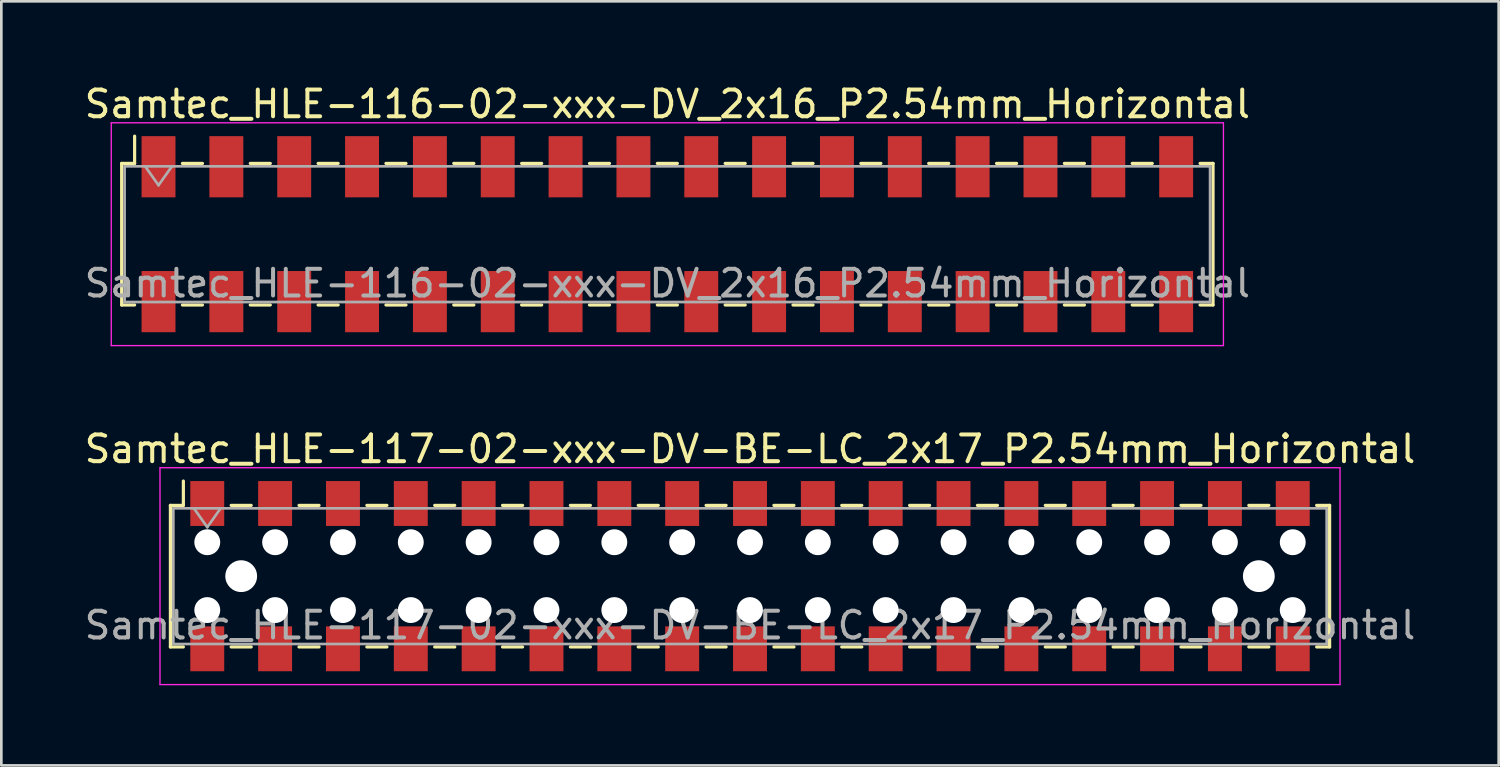
<source format=kicad_pcb>
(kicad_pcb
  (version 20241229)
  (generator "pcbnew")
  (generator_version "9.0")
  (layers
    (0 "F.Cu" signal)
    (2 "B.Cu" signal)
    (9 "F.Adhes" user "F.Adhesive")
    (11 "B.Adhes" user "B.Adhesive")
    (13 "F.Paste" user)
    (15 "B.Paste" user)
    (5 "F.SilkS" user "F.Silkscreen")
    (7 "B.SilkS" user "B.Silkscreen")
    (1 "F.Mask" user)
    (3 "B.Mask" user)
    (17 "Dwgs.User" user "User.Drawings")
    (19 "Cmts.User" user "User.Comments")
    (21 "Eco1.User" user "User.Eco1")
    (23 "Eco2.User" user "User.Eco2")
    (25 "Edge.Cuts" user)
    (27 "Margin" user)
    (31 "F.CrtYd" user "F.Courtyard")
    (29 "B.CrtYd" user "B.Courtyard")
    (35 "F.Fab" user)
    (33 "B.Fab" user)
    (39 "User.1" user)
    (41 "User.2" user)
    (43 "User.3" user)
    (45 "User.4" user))
  (footprint "Samtec_HLE-117-02-xxx-DV-BE-LC_2x17_P2.54mm_Horizontal"
    (layer "F.Cu")
    (at 25.03 18.521)
    (property "Reference" "Samtec_HLE-117-02-xxx-DV-BE-LC_2x17_P2.54mm_Horizontal" (at 0 -4.76 0) (layer "F.SilkS") (effects (font (size 1 1) (thickness 0.15))))
    (attr smd)
    (fp_line (start -21.7 -2.65) (end -21.7 2.65) (stroke (width 0.12) (type solid)) (layer "F.SilkS"))
    (fp_line (start -21.7 2.65) (end -21.215 2.65) (stroke (width 0.12) (type solid)) (layer "F.SilkS"))
    (fp_line (start -21.215 -3.56) (end -21.215 -2.65) (stroke (width 0.12) (type solid)) (layer "F.SilkS"))
    (fp_line (start -21.215 -2.65) (end -21.7 -2.65) (stroke (width 0.12) (type solid)) (layer "F.SilkS"))
    (fp_line (start -19.425 -2.65) (end -18.675 -2.65) (stroke (width 0.12) (type solid)) (layer "F.SilkS"))
    (fp_line (start -19.425 2.65) (end -18.675 2.65) (stroke (width 0.12) (type solid)) (layer "F.SilkS"))
    (fp_line (start -16.885 -2.65) (end -16.135 -2.65) (stroke (width 0.12) (type solid)) (layer "F.SilkS"))
    (fp_line (start -16.885 2.65) (end -16.135 2.65) (stroke (width 0.12) (type solid)) (layer "F.SilkS"))
    (fp_line (start -14.345 -2.65) (end -13.595 -2.65) (stroke (width 0.12) (type solid)) (layer "F.SilkS"))
    (fp_line (start -14.345 2.65) (end -13.595 2.65) (stroke (width 0.12) (type solid)) (layer "F.SilkS"))
    (fp_line (start -11.805 -2.65) (end -11.055 -2.65) (stroke (width 0.12) (type solid)) (layer "F.SilkS"))
    (fp_line (start -11.805 2.65) (end -11.055 2.65) (stroke (width 0.12) (type solid)) (layer "F.SilkS"))
    (fp_line (start -9.265 -2.65) (end -8.515 -2.65) (stroke (width 0.12) (type solid)) (layer "F.SilkS"))
    (fp_line (start -9.265 2.65) (end -8.515 2.65) (stroke (width 0.12) (type solid)) (layer "F.SilkS"))
    (fp_line (start -6.725 -2.65) (end -5.975 -2.65) (stroke (width 0.12) (type solid)) (layer "F.SilkS"))
    (fp_line (start -6.725 2.65) (end -5.975 2.65) (stroke (width 0.12) (type solid)) (layer "F.SilkS"))
    (fp_line (start -4.185 -2.65) (end -3.435 -2.65) (stroke (width 0.12) (type solid)) (layer "F.SilkS"))
    (fp_line (start -4.185 2.65) (end -3.435 2.65) (stroke (width 0.12) (type solid)) (layer "F.SilkS"))
    (fp_line (start -1.645 -2.65) (end -0.895 -2.65) (stroke (width 0.12) (type solid)) (layer "F.SilkS"))
    (fp_line (start -1.645 2.65) (end -0.895 2.65) (stroke (width 0.12) (type solid)) (layer "F.SilkS"))
    (fp_line (start 0.895 -2.65) (end 1.645 -2.65) (stroke (width 0.12) (type solid)) (layer "F.SilkS"))
    (fp_line (start 0.895 2.65) (end 1.645 2.65) (stroke (width 0.12) (type solid)) (layer "F.SilkS"))
    (fp_line (start 3.435 -2.65) (end 4.185 -2.65) (stroke (width 0.12) (type solid)) (layer "F.SilkS"))
    (fp_line (start 3.435 2.65) (end 4.185 2.65) (stroke (width 0.12) (type solid)) (layer "F.SilkS"))
    (fp_line (start 5.975 -2.65) (end 6.725 -2.65) (stroke (width 0.12) (type solid)) (layer "F.SilkS"))
    (fp_line (start 5.975 2.65) (end 6.725 2.65) (stroke (width 0.12) (type solid)) (layer "F.SilkS"))
    (fp_line (start 8.515 -2.65) (end 9.265 -2.65) (stroke (width 0.12) (type solid)) (layer "F.SilkS"))
    (fp_line (start 8.515 2.65) (end 9.265 2.65) (stroke (width 0.12) (type solid)) (layer "F.SilkS"))
    (fp_line (start 11.055 -2.65) (end 11.805 -2.65) (stroke (width 0.12) (type solid)) (layer "F.SilkS"))
    (fp_line (start 11.055 2.65) (end 11.805 2.65) (stroke (width 0.12) (type solid)) (layer "F.SilkS"))
    (fp_line (start 13.595 -2.65) (end 14.345 -2.65) (stroke (width 0.12) (type solid)) (layer "F.SilkS"))
    (fp_line (start 13.595 2.65) (end 14.345 2.65) (stroke (width 0.12) (type solid)) (layer "F.SilkS"))
    (fp_line (start 16.135 -2.65) (end 16.885 -2.65) (stroke (width 0.12) (type solid)) (layer "F.SilkS"))
    (fp_line (start 16.135 2.65) (end 16.885 2.65) (stroke (width 0.12) (type solid)) (layer "F.SilkS"))
    (fp_line (start 18.675 -2.65) (end 19.425 -2.65) (stroke (width 0.12) (type solid)) (layer "F.SilkS"))
    (fp_line (start 18.675 2.65) (end 19.425 2.65) (stroke (width 0.12) (type solid)) (layer "F.SilkS"))
    (fp_line (start 21.215 -2.65) (end 21.7 -2.65) (stroke (width 0.12) (type solid)) (layer "F.SilkS"))
    (fp_line (start 21.7 -2.65) (end 21.7 2.65) (stroke (width 0.12) (type solid)) (layer "F.SilkS"))
    (fp_line (start 21.7 2.65) (end 21.215 2.65) (stroke (width 0.12) (type solid)) (layer "F.SilkS"))
    (fp_line (start -22.09 -4.06) (end 22.09 -4.06) (stroke (width 0.05) (type solid)) (layer "F.CrtYd"))
    (fp_line (start -22.09 4.06) (end -22.09 -4.06) (stroke (width 0.05) (type solid)) (layer "F.CrtYd"))
    (fp_line (start 22.09 -4.06) (end 22.09 4.06) (stroke (width 0.05) (type solid)) (layer "F.CrtYd"))
    (fp_line (start 22.09 4.06) (end -22.09 4.06) (stroke (width 0.05) (type solid)) (layer "F.CrtYd"))
    (fp_line (start -21.59 -2.54) (end 21.59 -2.54) (stroke (width 0.1) (type solid)) (layer "F.Fab"))
    (fp_line (start -21.59 2.54) (end -21.59 -2.54) (stroke (width 0.1) (type solid)) (layer "F.Fab"))
    (fp_line (start -20.82 -2.54) (end -20.32 -1.833) (stroke (width 0.1) (type solid)) (layer "F.Fab"))
    (fp_line (start -20.32 -1.833) (end -19.82 -2.54) (stroke (width 0.1) (type solid)) (layer "F.Fab"))
    (fp_line (start 21.59 -2.54) (end 21.59 2.54) (stroke (width 0.1) (type solid)) (layer "F.Fab"))
    (fp_line (start 21.59 2.54) (end -21.59 2.54) (stroke (width 0.1) (type solid)) (layer "F.Fab"))
    (fp_text user "${REFERENCE}" (at 0 1.84 0) (layer "F.Fab") (effects (font (size 1 1) (thickness 0.15))))
    (pad "" np_thru_hole circle (at -20.32 -1.27) (size 0.97 0.97) (drill 0.97) (layers "*.Cu" "*.Mask"))
    (pad "" np_thru_hole circle (at -20.32 1.27) (size 0.97 0.97) (drill 0.97) (layers "*.Cu" "*.Mask"))
    (pad "" np_thru_hole circle (at -19.05 0) (size 1.19 1.19) (drill 1.19) (layers "*.Cu" "*.Mask"))
    (pad "" np_thru_hole circle (at -17.78 -1.27) (size 0.97 0.97) (drill 0.97) (layers "*.Cu" "*.Mask"))
    (pad "" np_thru_hole circle (at -17.78 1.27) (size 0.97 0.97) (drill 0.97) (layers "*.Cu" "*.Mask"))
    (pad "" np_thru_hole circle (at -15.24 -1.27) (size 0.97 0.97) (drill 0.97) (layers "*.Cu" "*.Mask"))
    (pad "" np_thru_hole circle (at -15.24 1.27) (size 0.97 0.97) (drill 0.97) (layers "*.Cu" "*.Mask"))
    (pad "" np_thru_hole circle (at -12.7 -1.27) (size 0.97 0.97) (drill 0.97) (layers "*.Cu" "*.Mask"))
    (pad "" np_thru_hole circle (at -12.7 1.27) (size 0.97 0.97) (drill 0.97) (layers "*.Cu" "*.Mask"))
    (pad "" np_thru_hole circle (at -10.16 -1.27) (size 0.97 0.97) (drill 0.97) (layers "*.Cu" "*.Mask"))
    (pad "" np_thru_hole circle (at -10.16 1.27) (size 0.97 0.97) (drill 0.97) (layers "*.Cu" "*.Mask"))
    (pad "" np_thru_hole circle (at -7.62 -1.27) (size 0.97 0.97) (drill 0.97) (layers "*.Cu" "*.Mask"))
    (pad "" np_thru_hole circle (at -7.62 1.27) (size 0.97 0.97) (drill 0.97) (layers "*.Cu" "*.Mask"))
    (pad "" np_thru_hole circle (at -5.08 -1.27) (size 0.97 0.97) (drill 0.97) (layers "*.Cu" "*.Mask"))
    (pad "" np_thru_hole circle (at -5.08 1.27) (size 0.97 0.97) (drill 0.97) (layers "*.Cu" "*.Mask"))
    (pad "" np_thru_hole circle (at -2.54 -1.27) (size 0.97 0.97) (drill 0.97) (layers "*.Cu" "*.Mask"))
    (pad "" np_thru_hole circle (at -2.54 1.27) (size 0.97 0.97) (drill 0.97) (layers "*.Cu" "*.Mask"))
    (pad "" np_thru_hole circle (at 0 -1.27) (size 0.97 0.97) (drill 0.97) (layers "*.Cu" "*.Mask"))
    (pad "" np_thru_hole circle (at 0 1.27) (size 0.97 0.97) (drill 0.97) (layers "*.Cu" "*.Mask"))
    (pad "" np_thru_hole circle (at 2.54 -1.27) (size 0.97 0.97) (drill 0.97) (layers "*.Cu" "*.Mask"))
    (pad "" np_thru_hole circle (at 2.54 1.27) (size 0.97 0.97) (drill 0.97) (layers "*.Cu" "*.Mask"))
    (pad "" np_thru_hole circle (at 5.08 -1.27) (size 0.97 0.97) (drill 0.97) (layers "*.Cu" "*.Mask"))
    (pad "" np_thru_hole circle (at 5.08 1.27) (size 0.97 0.97) (drill 0.97) (layers "*.Cu" "*.Mask"))
    (pad "" np_thru_hole circle (at 7.62 -1.27) (size 0.97 0.97) (drill 0.97) (layers "*.Cu" "*.Mask"))
    (pad "" np_thru_hole circle (at 7.62 1.27) (size 0.97 0.97) (drill 0.97) (layers "*.Cu" "*.Mask"))
    (pad "" np_thru_hole circle (at 10.16 -1.27) (size 0.97 0.97) (drill 0.97) (layers "*.Cu" "*.Mask"))
    (pad "" np_thru_hole circle (at 10.16 1.27) (size 0.97 0.97) (drill 0.97) (layers "*.Cu" "*.Mask"))
    (pad "" np_thru_hole circle (at 12.7 -1.27) (size 0.97 0.97) (drill 0.97) (layers "*.Cu" "*.Mask"))
    (pad "" np_thru_hole circle (at 12.7 1.27) (size 0.97 0.97) (drill 0.97) (layers "*.Cu" "*.Mask"))
    (pad "" np_thru_hole circle (at 15.24 -1.27) (size 0.97 0.97) (drill 0.97) (layers "*.Cu" "*.Mask"))
    (pad "" np_thru_hole circle (at 15.24 1.27) (size 0.97 0.97) (drill 0.97) (layers "*.Cu" "*.Mask"))
    (pad "" np_thru_hole circle (at 17.78 -1.27) (size 0.97 0.97) (drill 0.97) (layers "*.Cu" "*.Mask"))
    (pad "" np_thru_hole circle (at 17.78 1.27) (size 0.97 0.97) (drill 0.97) (layers "*.Cu" "*.Mask"))
    (pad "" np_thru_hole circle (at 19.05 0) (size 1.19 1.19) (drill 1.19) (layers "*.Cu" "*.Mask"))
    (pad "" np_thru_hole circle (at 20.32 -1.27) (size 0.97 0.97) (drill 0.97) (layers "*.Cu" "*.Mask"))
    (pad "" np_thru_hole circle (at 20.32 1.27) (size 0.97 0.97) (drill 0.97) (layers "*.Cu" "*.Mask"))
    (pad "1" smd rect (at -20.32 -2.72) (size 1.27 1.68) (layers "F.Cu" "F.Mask" "F.Paste"))
    (pad "2" smd rect (at -20.32 2.72) (size 1.27 1.68) (layers "F.Cu" "F.Mask" "F.Paste"))
    (pad "3" smd rect (at -17.78 -2.72) (size 1.27 1.68) (layers "F.Cu" "F.Mask" "F.Paste"))
    (pad "4" smd rect (at -17.78 2.72) (size 1.27 1.68) (layers "F.Cu" "F.Mask" "F.Paste"))
    (pad "5" smd rect (at -15.24 -2.72) (size 1.27 1.68) (layers "F.Cu" "F.Mask" "F.Paste"))
    (pad "6" smd rect (at -15.24 2.72) (size 1.27 1.68) (layers "F.Cu" "F.Mask" "F.Paste"))
    (pad "7" smd rect (at -12.7 -2.72) (size 1.27 1.68) (layers "F.Cu" "F.Mask" "F.Paste"))
    (pad "8" smd rect (at -12.7 2.72) (size 1.27 1.68) (layers "F.Cu" "F.Mask" "F.Paste"))
    (pad "9" smd rect (at -10.16 -2.72) (size 1.27 1.68) (layers "F.Cu" "F.Mask" "F.Paste"))
    (pad "10" smd rect (at -10.16 2.72) (size 1.27 1.68) (layers "F.Cu" "F.Mask" "F.Paste"))
    (pad "11" smd rect (at -7.62 -2.72) (size 1.27 1.68) (layers "F.Cu" "F.Mask" "F.Paste"))
    (pad "12" smd rect (at -7.62 2.72) (size 1.27 1.68) (layers "F.Cu" "F.Mask" "F.Paste"))
    (pad "13" smd rect (at -5.08 -2.72) (size 1.27 1.68) (layers "F.Cu" "F.Mask" "F.Paste"))
    (pad "14" smd rect (at -5.08 2.72) (size 1.27 1.68) (layers "F.Cu" "F.Mask" "F.Paste"))
    (pad "15" smd rect (at -2.54 -2.72) (size 1.27 1.68) (layers "F.Cu" "F.Mask" "F.Paste"))
    (pad "16" smd rect (at -2.54 2.72) (size 1.27 1.68) (layers "F.Cu" "F.Mask" "F.Paste"))
    (pad "17" smd rect (at 0 -2.72) (size 1.27 1.68) (layers "F.Cu" "F.Mask" "F.Paste"))
    (pad "18" smd rect (at 0 2.72) (size 1.27 1.68) (layers "F.Cu" "F.Mask" "F.Paste"))
    (pad "19" smd rect (at 2.54 -2.72) (size 1.27 1.68) (layers "F.Cu" "F.Mask" "F.Paste"))
    (pad "20" smd rect (at 2.54 2.72) (size 1.27 1.68) (layers "F.Cu" "F.Mask" "F.Paste"))
    (pad "21" smd rect (at 5.08 -2.72) (size 1.27 1.68) (layers "F.Cu" "F.Mask" "F.Paste"))
    (pad "22" smd rect (at 5.08 2.72) (size 1.27 1.68) (layers "F.Cu" "F.Mask" "F.Paste"))
    (pad "23" smd rect (at 7.62 -2.72) (size 1.27 1.68) (layers "F.Cu" "F.Mask" "F.Paste"))
    (pad "24" smd rect (at 7.62 2.72) (size 1.27 1.68) (layers "F.Cu" "F.Mask" "F.Paste"))
    (pad "25" smd rect (at 10.16 -2.72) (size 1.27 1.68) (layers "F.Cu" "F.Mask" "F.Paste"))
    (pad "26" smd rect (at 10.16 2.72) (size 1.27 1.68) (layers "F.Cu" "F.Mask" "F.Paste"))
    (pad "27" smd rect (at 12.7 -2.72) (size 1.27 1.68) (layers "F.Cu" "F.Mask" "F.Paste"))
    (pad "28" smd rect (at 12.7 2.72) (size 1.27 1.68) (layers "F.Cu" "F.Mask" "F.Paste"))
    (pad "29" smd rect (at 15.24 -2.72) (size 1.27 1.68) (layers "F.Cu" "F.Mask" "F.Paste"))
    (pad "30" smd rect (at 15.24 2.72) (size 1.27 1.68) (layers "F.Cu" "F.Mask" "F.Paste"))
    (pad "31" smd rect (at 17.78 -2.72) (size 1.27 1.68) (layers "F.Cu" "F.Mask" "F.Paste"))
    (pad "32" smd rect (at 17.78 2.72) (size 1.27 1.68) (layers "F.Cu" "F.Mask" "F.Paste"))
    (pad "33" smd rect (at 20.32 -2.72) (size 1.27 1.68) (layers "F.Cu" "F.Mask" "F.Paste"))
    (pad "34" smd rect (at 20.32 2.72) (size 1.27 1.68) (layers "F.Cu" "F.Mask" "F.Paste")))
  (footprint "Samtec_HLE-116-02-xxx-DV_2x16_P2.54mm_Horizontal"
    (layer "F.Cu")
    (at 21.935 5.718)
    (property "Reference" "Samtec_HLE-116-02-xxx-DV_2x16_P2.54mm_Horizontal" (at 0 -4.87 0) (layer "F.SilkS") (effects (font (size 1 1) (thickness 0.15))))
    (attr smd)
    (fp_line (start -20.43 -2.65) (end -20.43 2.65) (stroke (width 0.12) (type solid)) (layer "F.SilkS"))
    (fp_line (start -20.43 2.65) (end -19.945 2.65) (stroke (width 0.12) (type solid)) (layer "F.SilkS"))
    (fp_line (start -19.945 -3.67) (end -19.945 -2.65) (stroke (width 0.12) (type solid)) (layer "F.SilkS"))
    (fp_line (start -19.945 -2.65) (end -20.43 -2.65) (stroke (width 0.12) (type solid)) (layer "F.SilkS"))
    (fp_line (start -18.155 -2.65) (end -17.405 -2.65) (stroke (width 0.12) (type solid)) (layer "F.SilkS"))
    (fp_line (start -18.155 2.65) (end -17.405 2.65) (stroke (width 0.12) (type solid)) (layer "F.SilkS"))
    (fp_line (start -15.615 -2.65) (end -14.865 -2.65) (stroke (width 0.12) (type solid)) (layer "F.SilkS"))
    (fp_line (start -15.615 2.65) (end -14.865 2.65) (stroke (width 0.12) (type solid)) (layer "F.SilkS"))
    (fp_line (start -13.075 -2.65) (end -12.325 -2.65) (stroke (width 0.12) (type solid)) (layer "F.SilkS"))
    (fp_line (start -13.075 2.65) (end -12.325 2.65) (stroke (width 0.12) (type solid)) (layer "F.SilkS"))
    (fp_line (start -10.535 -2.65) (end -9.785 -2.65) (stroke (width 0.12) (type solid)) (layer "F.SilkS"))
    (fp_line (start -10.535 2.65) (end -9.785 2.65) (stroke (width 0.12) (type solid)) (layer "F.SilkS"))
    (fp_line (start -7.995 -2.65) (end -7.245 -2.65) (stroke (width 0.12) (type solid)) (layer "F.SilkS"))
    (fp_line (start -7.995 2.65) (end -7.245 2.65) (stroke (width 0.12) (type solid)) (layer "F.SilkS"))
    (fp_line (start -5.455 -2.65) (end -4.705 -2.65) (stroke (width 0.12) (type solid)) (layer "F.SilkS"))
    (fp_line (start -5.455 2.65) (end -4.705 2.65) (stroke (width 0.12) (type solid)) (layer "F.SilkS"))
    (fp_line (start -2.915 -2.65) (end -2.165 -2.65) (stroke (width 0.12) (type solid)) (layer "F.SilkS"))
    (fp_line (start -2.915 2.65) (end -2.165 2.65) (stroke (width 0.12) (type solid)) (layer "F.SilkS"))
    (fp_line (start -0.375 -2.65) (end 0.375 -2.65) (stroke (width 0.12) (type solid)) (layer "F.SilkS"))
    (fp_line (start -0.375 2.65) (end 0.375 2.65) (stroke (width 0.12) (type solid)) (layer "F.SilkS"))
    (fp_line (start 2.165 -2.65) (end 2.915 -2.65) (stroke (width 0.12) (type solid)) (layer "F.SilkS"))
    (fp_line (start 2.165 2.65) (end 2.915 2.65) (stroke (width 0.12) (type solid)) (layer "F.SilkS"))
    (fp_line (start 4.705 -2.65) (end 5.455 -2.65) (stroke (width 0.12) (type solid)) (layer "F.SilkS"))
    (fp_line (start 4.705 2.65) (end 5.455 2.65) (stroke (width 0.12) (type solid)) (layer "F.SilkS"))
    (fp_line (start 7.245 -2.65) (end 7.995 -2.65) (stroke (width 0.12) (type solid)) (layer "F.SilkS"))
    (fp_line (start 7.245 2.65) (end 7.995 2.65) (stroke (width 0.12) (type solid)) (layer "F.SilkS"))
    (fp_line (start 9.785 -2.65) (end 10.535 -2.65) (stroke (width 0.12) (type solid)) (layer "F.SilkS"))
    (fp_line (start 9.785 2.65) (end 10.535 2.65) (stroke (width 0.12) (type solid)) (layer "F.SilkS"))
    (fp_line (start 12.325 -2.65) (end 13.075 -2.65) (stroke (width 0.12) (type solid)) (layer "F.SilkS"))
    (fp_line (start 12.325 2.65) (end 13.075 2.65) (stroke (width 0.12) (type solid)) (layer "F.SilkS"))
    (fp_line (start 14.865 -2.65) (end 15.615 -2.65) (stroke (width 0.12) (type solid)) (layer "F.SilkS"))
    (fp_line (start 14.865 2.65) (end 15.615 2.65) (stroke (width 0.12) (type solid)) (layer "F.SilkS"))
    (fp_line (start 17.405 -2.65) (end 18.155 -2.65) (stroke (width 0.12) (type solid)) (layer "F.SilkS"))
    (fp_line (start 17.405 2.65) (end 18.155 2.65) (stroke (width 0.12) (type solid)) (layer "F.SilkS"))
    (fp_line (start 19.945 -2.65) (end 20.43 -2.65) (stroke (width 0.12) (type solid)) (layer "F.SilkS"))
    (fp_line (start 20.43 -2.65) (end 20.43 2.65) (stroke (width 0.12) (type solid)) (layer "F.SilkS"))
    (fp_line (start 20.43 2.65) (end 19.945 2.65) (stroke (width 0.12) (type solid)) (layer "F.SilkS"))
    (fp_line (start -20.82 -4.17) (end 20.82 -4.17) (stroke (width 0.05) (type solid)) (layer "F.CrtYd"))
    (fp_line (start -20.82 4.17) (end -20.82 -4.17) (stroke (width 0.05) (type solid)) (layer "F.CrtYd"))
    (fp_line (start 20.82 -4.17) (end 20.82 4.17) (stroke (width 0.05) (type solid)) (layer "F.CrtYd"))
    (fp_line (start 20.82 4.17) (end -20.82 4.17) (stroke (width 0.05) (type solid)) (layer "F.CrtYd"))
    (fp_line (start -20.32 -2.54) (end 20.32 -2.54) (stroke (width 0.1) (type solid)) (layer "F.Fab"))
    (fp_line (start -20.32 2.54) (end -20.32 -2.54) (stroke (width 0.1) (type solid)) (layer "F.Fab"))
    (fp_line (start -19.55 -2.54) (end -19.05 -1.833) (stroke (width 0.1) (type solid)) (layer "F.Fab"))
    (fp_line (start -19.05 -1.833) (end -18.55 -2.54) (stroke (width 0.1) (type solid)) (layer "F.Fab"))
    (fp_line (start 20.32 -2.54) (end 20.32 2.54) (stroke (width 0.1) (type solid)) (layer "F.Fab"))
    (fp_line (start 20.32 2.54) (end -20.32 2.54) (stroke (width 0.1) (type solid)) (layer "F.Fab"))
    (fp_text user "${REFERENCE}" (at 0 1.84 0) (layer "F.Fab") (effects (font (size 1 1) (thickness 0.15))))
    (pad "1" smd rect (at -19.05 -2.525) (size 1.27 2.29) (layers "F.Cu" "F.Mask" "F.Paste"))
    (pad "2" smd rect (at -19.05 2.525) (size 1.27 2.29) (layers "F.Cu" "F.Mask" "F.Paste"))
    (pad "3" smd rect (at -16.51 -2.525) (size 1.27 2.29) (layers "F.Cu" "F.Mask" "F.Paste"))
    (pad "4" smd rect (at -16.51 2.525) (size 1.27 2.29) (layers "F.Cu" "F.Mask" "F.Paste"))
    (pad "5" smd rect (at -13.97 -2.525) (size 1.27 2.29) (layers "F.Cu" "F.Mask" "F.Paste"))
    (pad "6" smd rect (at -13.97 2.525) (size 1.27 2.29) (layers "F.Cu" "F.Mask" "F.Paste"))
    (pad "7" smd rect (at -11.43 -2.525) (size 1.27 2.29) (layers "F.Cu" "F.Mask" "F.Paste"))
    (pad "8" smd rect (at -11.43 2.525) (size 1.27 2.29) (layers "F.Cu" "F.Mask" "F.Paste"))
    (pad "9" smd rect (at -8.89 -2.525) (size 1.27 2.29) (layers "F.Cu" "F.Mask" "F.Paste"))
    (pad "10" smd rect (at -8.89 2.525) (size 1.27 2.29) (layers "F.Cu" "F.Mask" "F.Paste"))
    (pad "11" smd rect (at -6.35 -2.525) (size 1.27 2.29) (layers "F.Cu" "F.Mask" "F.Paste"))
    (pad "12" smd rect (at -6.35 2.525) (size 1.27 2.29) (layers "F.Cu" "F.Mask" "F.Paste"))
    (pad "13" smd rect (at -3.81 -2.525) (size 1.27 2.29) (layers "F.Cu" "F.Mask" "F.Paste"))
    (pad "14" smd rect (at -3.81 2.525) (size 1.27 2.29) (layers "F.Cu" "F.Mask" "F.Paste"))
    (pad "15" smd rect (at -1.27 -2.525) (size 1.27 2.29) (layers "F.Cu" "F.Mask" "F.Paste"))
    (pad "16" smd rect (at -1.27 2.525) (size 1.27 2.29) (layers "F.Cu" "F.Mask" "F.Paste"))
    (pad "17" smd rect (at 1.27 -2.525) (size 1.27 2.29) (layers "F.Cu" "F.Mask" "F.Paste"))
    (pad "18" smd rect (at 1.27 2.525) (size 1.27 2.29) (layers "F.Cu" "F.Mask" "F.Paste"))
    (pad "19" smd rect (at 3.81 -2.525) (size 1.27 2.29) (layers "F.Cu" "F.Mask" "F.Paste"))
    (pad "20" smd rect (at 3.81 2.525) (size 1.27 2.29) (layers "F.Cu" "F.Mask" "F.Paste"))
    (pad "21" smd rect (at 6.35 -2.525) (size 1.27 2.29) (layers "F.Cu" "F.Mask" "F.Paste"))
    (pad "22" smd rect (at 6.35 2.525) (size 1.27 2.29) (layers "F.Cu" "F.Mask" "F.Paste"))
    (pad "23" smd rect (at 8.89 -2.525) (size 1.27 2.29) (layers "F.Cu" "F.Mask" "F.Paste"))
    (pad "24" smd rect (at 8.89 2.525) (size 1.27 2.29) (layers "F.Cu" "F.Mask" "F.Paste"))
    (pad "25" smd rect (at 11.43 -2.525) (size 1.27 2.29) (layers "F.Cu" "F.Mask" "F.Paste"))
    (pad "26" smd rect (at 11.43 2.525) (size 1.27 2.29) (layers "F.Cu" "F.Mask" "F.Paste"))
    (pad "27" smd rect (at 13.97 -2.525) (size 1.27 2.29) (layers "F.Cu" "F.Mask" "F.Paste"))
    (pad "28" smd rect (at 13.97 2.525) (size 1.27 2.29) (layers "F.Cu" "F.Mask" "F.Paste"))
    (pad "29" smd rect (at 16.51 -2.525) (size 1.27 2.29) (layers "F.Cu" "F.Mask" "F.Paste"))
    (pad "30" smd rect (at 16.51 2.525) (size 1.27 2.29) (layers "F.Cu" "F.Mask" "F.Paste"))
    (pad "31" smd rect (at 19.05 -2.525) (size 1.27 2.29) (layers "F.Cu" "F.Mask" "F.Paste"))
    (pad "32" smd rect (at 19.05 2.525) (size 1.27 2.29) (layers "F.Cu" "F.Mask" "F.Paste")))
  (gr_rect
    (start -3 -3)
    (end 53.06 25.607)
    (stroke (width 0.1) (type default))
    (fill no)
    (layer "Edge.Cuts")))
</source>
